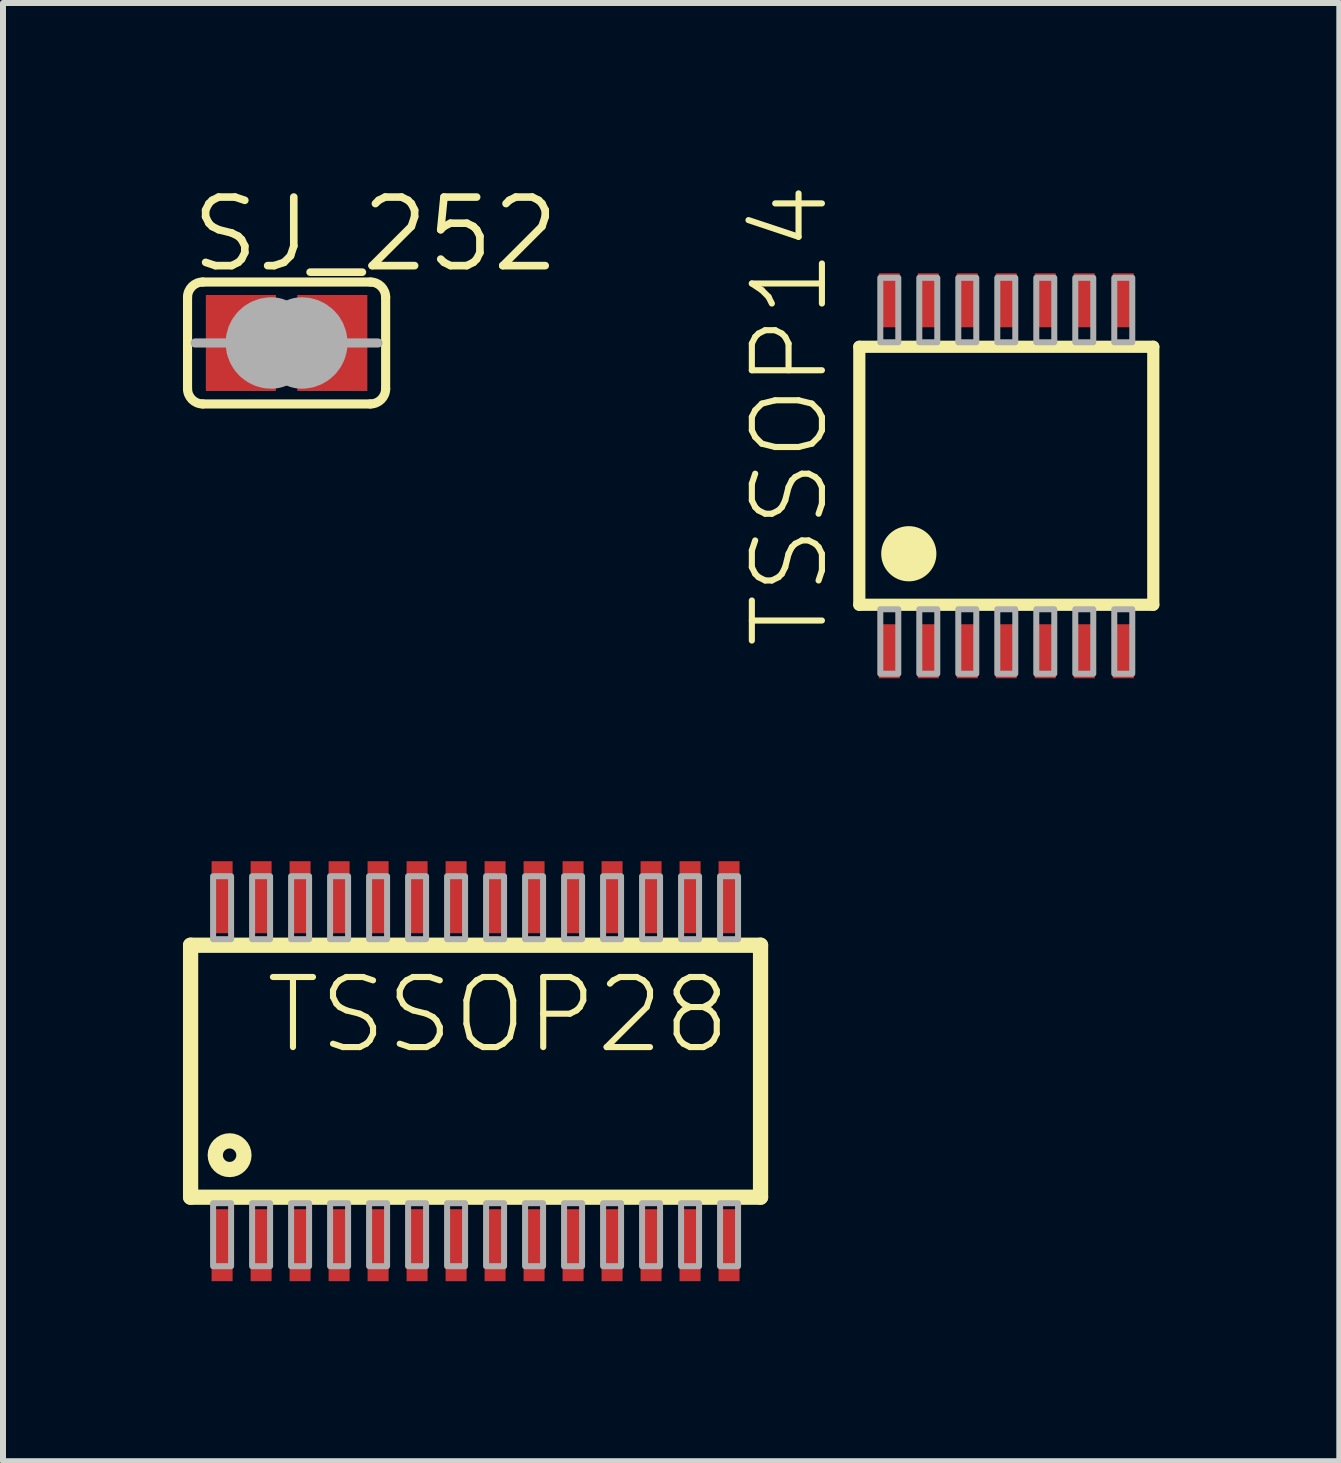
<source format=kicad_pcb>
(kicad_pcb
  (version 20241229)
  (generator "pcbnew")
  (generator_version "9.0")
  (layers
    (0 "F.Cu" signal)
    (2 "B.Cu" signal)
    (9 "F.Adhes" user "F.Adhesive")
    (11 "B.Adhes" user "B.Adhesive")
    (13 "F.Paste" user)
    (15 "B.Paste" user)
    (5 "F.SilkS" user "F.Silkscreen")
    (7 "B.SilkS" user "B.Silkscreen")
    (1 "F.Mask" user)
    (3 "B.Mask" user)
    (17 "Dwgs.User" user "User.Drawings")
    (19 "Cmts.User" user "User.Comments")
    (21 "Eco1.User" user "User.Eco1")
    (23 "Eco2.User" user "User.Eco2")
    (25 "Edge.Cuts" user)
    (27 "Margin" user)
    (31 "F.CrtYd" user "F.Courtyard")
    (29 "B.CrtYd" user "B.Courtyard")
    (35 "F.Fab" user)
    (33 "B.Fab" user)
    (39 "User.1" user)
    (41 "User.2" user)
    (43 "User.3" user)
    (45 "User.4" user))
  (footprint "TSSOP28"
    (layer "F.Cu")
    (at 4.877 14.805)
    (property "Reference" "TSSOP28" (at -3.556 -0.254 0) (unlocked yes) (layer "F.SilkS") (effects (font (size 1.168 1.168) (thickness 0.102)) (justify left bottom)))
    (fp_line (start -4.75 -2.1) (end -4.75 2.1) (stroke (width 0.254) (type solid)) (layer "F.SilkS"))
    (fp_line (start -4.75 2.1) (end 4.75 2.1) (stroke (width 0.254) (type solid)) (layer "F.SilkS"))
    (fp_line (start 4.75 -2.1) (end -4.75 -2.1) (stroke (width 0.254) (type solid)) (layer "F.SilkS"))
    (fp_line (start 4.75 2.1) (end 4.75 -2.1) (stroke (width 0.254) (type solid)) (layer "F.SilkS"))
    (fp_circle (center -4.1 1.4) (end -3.988 1.4) (stroke (width 0.254) (type solid)) (fill no) (layer "F.SilkS"))
    (fp_poly (pts (xy -4.375 -2.2) (xy -4.075 -2.2) (xy -4.075 -3.25) (xy -4.375 -3.25)) (stroke (width 0.1) (type default)) (fill no) (layer "F.Fab"))
    (fp_poly (pts (xy -4.375 3.25) (xy -4.075 3.25) (xy -4.075 2.2) (xy -4.375 2.2)) (stroke (width 0.1) (type default)) (fill no) (layer "F.Fab"))
    (fp_poly (pts (xy -3.725 -2.2) (xy -3.425 -2.2) (xy -3.425 -3.25) (xy -3.725 -3.25)) (stroke (width 0.1) (type default)) (fill no) (layer "F.Fab"))
    (fp_poly (pts (xy -3.725 3.25) (xy -3.425 3.25) (xy -3.425 2.2) (xy -3.725 2.2)) (stroke (width 0.1) (type default)) (fill no) (layer "F.Fab"))
    (fp_poly (pts (xy -3.075 -2.2) (xy -2.775 -2.2) (xy -2.775 -3.25) (xy -3.075 -3.25)) (stroke (width 0.1) (type default)) (fill no) (layer "F.Fab"))
    (fp_poly (pts (xy -3.075 3.25) (xy -2.775 3.25) (xy -2.775 2.2) (xy -3.075 2.2)) (stroke (width 0.1) (type default)) (fill no) (layer "F.Fab"))
    (fp_poly (pts (xy -2.425 -2.2) (xy -2.125 -2.2) (xy -2.125 -3.25) (xy -2.425 -3.25)) (stroke (width 0.1) (type default)) (fill no) (layer "F.Fab"))
    (fp_poly (pts (xy -2.425 3.25) (xy -2.125 3.25) (xy -2.125 2.2) (xy -2.425 2.2)) (stroke (width 0.1) (type default)) (fill no) (layer "F.Fab"))
    (fp_poly (pts (xy -1.775 -2.2) (xy -1.475 -2.2) (xy -1.475 -3.25) (xy -1.775 -3.25)) (stroke (width 0.1) (type default)) (fill no) (layer "F.Fab"))
    (fp_poly (pts (xy -1.775 3.25) (xy -1.475 3.25) (xy -1.475 2.2) (xy -1.775 2.2)) (stroke (width 0.1) (type default)) (fill no) (layer "F.Fab"))
    (fp_poly (pts (xy -1.125 -2.2) (xy -0.825 -2.2) (xy -0.825 -3.25) (xy -1.125 -3.25)) (stroke (width 0.1) (type default)) (fill no) (layer "F.Fab"))
    (fp_poly (pts (xy -1.125 3.25) (xy -0.825 3.25) (xy -0.825 2.2) (xy -1.125 2.2)) (stroke (width 0.1) (type default)) (fill no) (layer "F.Fab"))
    (fp_poly (pts (xy -0.475 -2.2) (xy -0.175 -2.2) (xy -0.175 -3.25) (xy -0.475 -3.25)) (stroke (width 0.1) (type default)) (fill no) (layer "F.Fab"))
    (fp_poly (pts (xy -0.475 3.25) (xy -0.175 3.25) (xy -0.175 2.2) (xy -0.475 2.2)) (stroke (width 0.1) (type default)) (fill no) (layer "F.Fab"))
    (fp_poly (pts (xy 0.175 -2.2) (xy 0.475 -2.2) (xy 0.475 -3.25) (xy 0.175 -3.25)) (stroke (width 0.1) (type default)) (fill no) (layer "F.Fab"))
    (fp_poly (pts (xy 0.175 3.25) (xy 0.475 3.25) (xy 0.475 2.2) (xy 0.175 2.2)) (stroke (width 0.1) (type default)) (fill no) (layer "F.Fab"))
    (fp_poly (pts (xy 0.825 -2.2) (xy 1.125 -2.2) (xy 1.125 -3.25) (xy 0.825 -3.25)) (stroke (width 0.1) (type default)) (fill no) (layer "F.Fab"))
    (fp_poly (pts (xy 0.825 3.25) (xy 1.125 3.25) (xy 1.125 2.2) (xy 0.825 2.2)) (stroke (width 0.1) (type default)) (fill no) (layer "F.Fab"))
    (fp_poly (pts (xy 1.475 -2.2) (xy 1.775 -2.2) (xy 1.775 -3.25) (xy 1.475 -3.25)) (stroke (width 0.1) (type default)) (fill no) (layer "F.Fab"))
    (fp_poly (pts (xy 1.475 3.25) (xy 1.775 3.25) (xy 1.775 2.2) (xy 1.475 2.2)) (stroke (width 0.1) (type default)) (fill no) (layer "F.Fab"))
    (fp_poly (pts (xy 2.125 -2.2) (xy 2.425 -2.2) (xy 2.425 -3.25) (xy 2.125 -3.25)) (stroke (width 0.1) (type default)) (fill no) (layer "F.Fab"))
    (fp_poly (pts (xy 2.125 3.25) (xy 2.425 3.25) (xy 2.425 2.2) (xy 2.125 2.2)) (stroke (width 0.1) (type default)) (fill no) (layer "F.Fab"))
    (fp_poly (pts (xy 2.775 -2.2) (xy 3.075 -2.2) (xy 3.075 -3.25) (xy 2.775 -3.25)) (stroke (width 0.1) (type default)) (fill no) (layer "F.Fab"))
    (fp_poly (pts (xy 2.775 3.25) (xy 3.075 3.25) (xy 3.075 2.2) (xy 2.775 2.2)) (stroke (width 0.1) (type default)) (fill no) (layer "F.Fab"))
    (fp_poly (pts (xy 3.425 -2.2) (xy 3.725 -2.2) (xy 3.725 -3.25) (xy 3.425 -3.25)) (stroke (width 0.1) (type default)) (fill no) (layer "F.Fab"))
    (fp_poly (pts (xy 3.425 3.25) (xy 3.725 3.25) (xy 3.725 2.2) (xy 3.425 2.2)) (stroke (width 0.1) (type default)) (fill no) (layer "F.Fab"))
    (fp_poly (pts (xy 4.075 -2.2) (xy 4.375 -2.2) (xy 4.375 -3.25) (xy 4.075 -3.25)) (stroke (width 0.1) (type default)) (fill no) (layer "F.Fab"))
    (fp_poly (pts (xy 4.075 3.25) (xy 4.375 3.25) (xy 4.375 2.2) (xy 4.075 2.2)) (stroke (width 0.1) (type default)) (fill no) (layer "F.Fab"))
    (pad "1" smd rect (at -4.225 2.9) (size 0.35 1.2) (layers "F.Cu" "F.Mask" "F.Paste"))
    (pad "2" smd rect (at -3.575 2.9) (size 0.35 1.2) (layers "F.Cu" "F.Mask" "F.Paste"))
    (pad "3" smd rect (at -2.925 2.9) (size 0.35 1.2) (layers "F.Cu" "F.Mask" "F.Paste"))
    (pad "4" smd rect (at -2.275 2.9) (size 0.35 1.2) (layers "F.Cu" "F.Mask" "F.Paste"))
    (pad "5" smd rect (at -1.625 2.9) (size 0.35 1.2) (layers "F.Cu" "F.Mask" "F.Paste"))
    (pad "6" smd rect (at -0.975 2.9) (size 0.35 1.2) (layers "F.Cu" "F.Mask" "F.Paste"))
    (pad "7" smd rect (at -0.325 2.9) (size 0.35 1.2) (layers "F.Cu" "F.Mask" "F.Paste"))
    (pad "8" smd rect (at 0.325 2.9) (size 0.35 1.2) (layers "F.Cu" "F.Mask" "F.Paste"))
    (pad "9" smd rect (at 0.975 2.9) (size 0.35 1.2) (layers "F.Cu" "F.Mask" "F.Paste"))
    (pad "10" smd rect (at 1.625 2.9) (size 0.35 1.2) (layers "F.Cu" "F.Mask" "F.Paste"))
    (pad "11" smd rect (at 2.275 2.9) (size 0.35 1.2) (layers "F.Cu" "F.Mask" "F.Paste"))
    (pad "12" smd rect (at 2.925 2.9) (size 0.35 1.2) (layers "F.Cu" "F.Mask" "F.Paste"))
    (pad "13" smd rect (at 3.575 2.9) (size 0.35 1.2) (layers "F.Cu" "F.Mask" "F.Paste"))
    (pad "14" smd rect (at 4.225 2.9) (size 0.35 1.2) (layers "F.Cu" "F.Mask" "F.Paste"))
    (pad "15" smd rect (at 4.225 -2.9) (size 0.35 1.2) (layers "F.Cu" "F.Mask" "F.Paste"))
    (pad "16" smd rect (at 3.575 -2.9) (size 0.35 1.2) (layers "F.Cu" "F.Mask" "F.Paste"))
    (pad "17" smd rect (at 2.925 -2.9) (size 0.35 1.2) (layers "F.Cu" "F.Mask" "F.Paste"))
    (pad "18" smd rect (at 2.275 -2.9) (size 0.35 1.2) (layers "F.Cu" "F.Mask" "F.Paste"))
    (pad "19" smd rect (at 1.625 -2.9) (size 0.35 1.2) (layers "F.Cu" "F.Mask" "F.Paste"))
    (pad "20" smd rect (at 0.975 -2.9) (size 0.35 1.2) (layers "F.Cu" "F.Mask" "F.Paste"))
    (pad "21" smd rect (at 0.325 -2.9) (size 0.35 1.2) (layers "F.Cu" "F.Mask" "F.Paste"))
    (pad "22" smd rect (at -0.325 -2.9) (size 0.35 1.2) (layers "F.Cu" "F.Mask" "F.Paste"))
    (pad "23" smd rect (at -0.975 -2.9) (size 0.35 1.2) (layers "F.Cu" "F.Mask" "F.Paste"))
    (pad "24" smd rect (at -1.625 -2.9) (size 0.35 1.2) (layers "F.Cu" "F.Mask" "F.Paste"))
    (pad "25" smd rect (at -2.275 -2.9) (size 0.35 1.2) (layers "F.Cu" "F.Mask" "F.Paste"))
    (pad "26" smd rect (at -2.925 -2.9) (size 0.35 1.2) (layers "F.Cu" "F.Mask" "F.Paste"))
    (pad "27" smd rect (at -3.575 -2.9) (size 0.35 1.2) (layers "F.Cu" "F.Mask" "F.Paste"))
    (pad "28" smd rect (at -4.225 -2.9) (size 0.35 1.2) (layers "F.Cu" "F.Mask" "F.Paste")))
  (footprint "SJ_252"
    (layer "F.Cu")
    (at 1.727 2.667)
    (property "Reference" "SJ_252" (at -1.651 -1.143 0) (unlocked yes) (layer "F.SilkS") (effects (font (size 1.143 1.143) (thickness 0.127)) (justify left bottom)))
    (fp_poly (pts (xy -0.076 0.914) (xy 0.076 0.914) (xy 0.076 -0.914) (xy -0.076 -0.914)) (stroke (width 0) (type default)) (fill yes) (layer "F.Mask"))
    (fp_line (start -1.651 0.762) (end -1.651 -0.762) (stroke (width 0.152) (type solid)) (layer "F.SilkS"))
    (fp_line (start -1.397 -1.016) (end 1.397 -1.016) (stroke (width 0.152) (type solid)) (layer "F.SilkS"))
    (fp_line (start 1.397 1.016) (end -1.397 1.016) (stroke (width 0.152) (type solid)) (layer "F.SilkS"))
    (fp_line (start 1.651 0.762) (end 1.651 -0.762) (stroke (width 0.152) (type solid)) (layer "F.SilkS"))
    (fp_arc (start -1.651 -0.762) (mid -1.576605 -0.941605) (end -1.397 -1.016) (stroke (width 0.1524) (type solid)) (layer "F.SilkS"))
    (fp_arc (start -1.397 1.016) (mid -1.576605 0.941605) (end -1.651 0.762) (stroke (width 0.1524) (type solid)) (layer "F.SilkS"))
    (fp_arc (start 1.397 -1.016) (mid 1.576605 -0.941605) (end 1.651 -0.762) (stroke (width 0.1524) (type solid)) (layer "F.SilkS"))
    (fp_arc (start 1.651 0.762) (mid 1.576605 0.941605) (end 1.397 1.016) (stroke (width 0.1524) (type solid)) (layer "F.SilkS"))
    (fp_line (start -1.016 0) (end -1.524 0) (stroke (width 0.152) (type solid)) (layer "F.Fab"))
    (fp_line (start 1.016 0) (end 1.524 0) (stroke (width 0.152) (type solid)) (layer "F.Fab"))
    (fp_arc (start -0.254 0.127) (mid -0.381 0) (end -0.254 -0.127) (stroke (width 1.27) (type solid)) (layer "F.Fab"))
    (fp_arc (start 0.254 -0.127) (mid 0.381 0) (end 0.254 0.127) (stroke (width 1.27) (type solid)) (layer "F.Fab"))
    (pad "1" smd rect (at -0.762 0) (size 1.168 1.6) (layers "F.Cu" "F.Mask" "F.Paste"))
    (pad "2" smd rect (at 0.762 0) (size 1.168 1.6) (layers "F.Cu" "F.Mask" "F.Paste")))
  (footprint "TSSOP14"
    (layer "F.Cu")
    (at 13.723 4.88)
    (property "Reference" "TSSOP14" (at -2.925 2.925 90) (unlocked yes) (layer "F.SilkS") (effects (font (size 1.168 1.168) (thickness 0.102)) (justify left bottom)))
    (fp_poly (pts (xy -2.175 3.425) (xy -1.725 3.425) (xy -1.725 2.425) (xy -2.175 2.425)) (stroke (width 0) (type default)) (fill yes) (layer "F.Mask"))
    (fp_poly (pts (xy -1.725 -3.425) (xy -2.175 -3.425) (xy -2.175 -2.425) (xy -1.725 -2.425)) (stroke (width 0) (type default)) (fill yes) (layer "F.Mask"))
    (fp_poly (pts (xy -1.525 3.425) (xy -1.075 3.425) (xy -1.075 2.425) (xy -1.525 2.425)) (stroke (width 0) (type default)) (fill yes) (layer "F.Mask"))
    (fp_poly (pts (xy -1.075 -3.425) (xy -1.525 -3.425) (xy -1.525 -2.425) (xy -1.075 -2.425)) (stroke (width 0) (type default)) (fill yes) (layer "F.Mask"))
    (fp_poly (pts (xy -0.875 3.425) (xy -0.425 3.425) (xy -0.425 2.425) (xy -0.875 2.425)) (stroke (width 0) (type default)) (fill yes) (layer "F.Mask"))
    (fp_poly (pts (xy -0.425 -3.425) (xy -0.875 -3.425) (xy -0.875 -2.425) (xy -0.425 -2.425)) (stroke (width 0) (type default)) (fill yes) (layer "F.Mask"))
    (fp_poly (pts (xy -0.225 3.425) (xy 0.225 3.425) (xy 0.225 2.425) (xy -0.225 2.425)) (stroke (width 0) (type default)) (fill yes) (layer "F.Mask"))
    (fp_poly (pts (xy 0.225 -3.425) (xy -0.225 -3.425) (xy -0.225 -2.425) (xy 0.225 -2.425)) (stroke (width 0) (type default)) (fill yes) (layer "F.Mask"))
    (fp_poly (pts (xy 0.425 3.425) (xy 0.875 3.425) (xy 0.875 2.425) (xy 0.425 2.425)) (stroke (width 0) (type default)) (fill yes) (layer "F.Mask"))
    (fp_poly (pts (xy 0.875 -3.425) (xy 0.425 -3.425) (xy 0.425 -2.425) (xy 0.875 -2.425)) (stroke (width 0) (type default)) (fill yes) (layer "F.Mask"))
    (fp_poly (pts (xy 1.075 3.425) (xy 1.525 3.425) (xy 1.525 2.425) (xy 1.075 2.425)) (stroke (width 0) (type default)) (fill yes) (layer "F.Mask"))
    (fp_poly (pts (xy 1.525 -3.425) (xy 1.075 -3.425) (xy 1.075 -2.425) (xy 1.525 -2.425)) (stroke (width 0) (type default)) (fill yes) (layer "F.Mask"))
    (fp_poly (pts (xy 1.725 3.425) (xy 2.175 3.425) (xy 2.175 2.425) (xy 1.725 2.425)) (stroke (width 0) (type default)) (fill yes) (layer "F.Mask"))
    (fp_poly (pts (xy 2.175 -3.425) (xy 1.725 -3.425) (xy 1.725 -2.425) (xy 2.175 -2.425)) (stroke (width 0) (type default)) (fill yes) (layer "F.Mask"))
    (fp_line (start -2.45 -2.15) (end 2.45 -2.15) (stroke (width 0.203) (type solid)) (layer "F.SilkS"))
    (fp_line (start -2.45 2.15) (end -2.45 -2.15) (stroke (width 0.203) (type solid)) (layer "F.SilkS"))
    (fp_line (start 2.45 -2.15) (end 2.45 2.15) (stroke (width 0.203) (type solid)) (layer "F.SilkS"))
    (fp_line (start 2.45 2.15) (end -2.45 2.15) (stroke (width 0.203) (type solid)) (layer "F.SilkS"))
    (fp_circle (center -1.625 1.3) (end -1.395 1.3) (stroke (width 0.46) (type solid)) (fill yes) (layer "F.SilkS"))
    (fp_poly (pts (xy -2.1 3.3) (xy -1.8 3.3) (xy -1.8 2.225) (xy -2.1 2.225)) (stroke (width 0.1) (type default)) (fill no) (layer "F.Fab"))
    (fp_poly (pts (xy -1.8 -3.3) (xy -2.1 -3.3) (xy -2.1 -2.225) (xy -1.8 -2.225)) (stroke (width 0.1) (type default)) (fill no) (layer "F.Fab"))
    (fp_poly (pts (xy -1.45 3.3) (xy -1.15 3.3) (xy -1.15 2.225) (xy -1.45 2.225)) (stroke (width 0.1) (type default)) (fill no) (layer "F.Fab"))
    (fp_poly (pts (xy -1.15 -3.3) (xy -1.45 -3.3) (xy -1.45 -2.225) (xy -1.15 -2.225)) (stroke (width 0.1) (type default)) (fill no) (layer "F.Fab"))
    (fp_poly (pts (xy -0.8 3.3) (xy -0.5 3.3) (xy -0.5 2.225) (xy -0.8 2.225)) (stroke (width 0.1) (type default)) (fill no) (layer "F.Fab"))
    (fp_poly (pts (xy -0.5 -3.3) (xy -0.8 -3.3) (xy -0.8 -2.225) (xy -0.5 -2.225)) (stroke (width 0.1) (type default)) (fill no) (layer "F.Fab"))
    (fp_poly (pts (xy -0.15 3.3) (xy 0.15 3.3) (xy 0.15 2.225) (xy -0.15 2.225)) (stroke (width 0.1) (type default)) (fill no) (layer "F.Fab"))
    (fp_poly (pts (xy 0.15 -3.3) (xy -0.15 -3.3) (xy -0.15 -2.225) (xy 0.15 -2.225)) (stroke (width 0.1) (type default)) (fill no) (layer "F.Fab"))
    (fp_poly (pts (xy 0.5 3.3) (xy 0.8 3.3) (xy 0.8 2.225) (xy 0.5 2.225)) (stroke (width 0.1) (type default)) (fill no) (layer "F.Fab"))
    (fp_poly (pts (xy 0.8 -3.3) (xy 0.5 -3.3) (xy 0.5 -2.225) (xy 0.8 -2.225)) (stroke (width 0.1) (type default)) (fill no) (layer "F.Fab"))
    (fp_poly (pts (xy 1.15 3.3) (xy 1.45 3.3) (xy 1.45 2.225) (xy 1.15 2.225)) (stroke (width 0.1) (type default)) (fill no) (layer "F.Fab"))
    (fp_poly (pts (xy 1.45 -3.3) (xy 1.15 -3.3) (xy 1.15 -2.225) (xy 1.45 -2.225)) (stroke (width 0.1) (type default)) (fill no) (layer "F.Fab"))
    (fp_poly (pts (xy 1.8 3.3) (xy 2.1 3.3) (xy 2.1 2.225) (xy 1.8 2.225)) (stroke (width 0.1) (type default)) (fill no) (layer "F.Fab"))
    (fp_poly (pts (xy 2.1 -3.3) (xy 1.8 -3.3) (xy 1.8 -2.225) (xy 2.1 -2.225)) (stroke (width 0.1) (type default)) (fill no) (layer "F.Fab"))
    (pad "1" smd rect (at -1.95 2.925) (size 0.35 0.9) (layers "F.Cu" "F.Paste"))
    (pad "2" smd rect (at -1.3 2.925) (size 0.35 0.9) (layers "F.Cu" "F.Paste"))
    (pad "3" smd rect (at -0.65 2.925) (size 0.35 0.9) (layers "F.Cu" "F.Paste"))
    (pad "4" smd rect (at 0 2.925) (size 0.35 0.9) (layers "F.Cu" "F.Paste"))
    (pad "5" smd rect (at 0.65 2.925) (size 0.35 0.9) (layers "F.Cu" "F.Paste"))
    (pad "6" smd rect (at 1.3 2.925) (size 0.35 0.9) (layers "F.Cu" "F.Paste"))
    (pad "7" smd rect (at 1.95 2.925) (size 0.35 0.9) (layers "F.Cu" "F.Paste"))
    (pad "8" smd rect (at 1.95 -2.925 180) (size 0.35 0.9) (layers "F.Cu" "F.Paste"))
    (pad "9" smd rect (at 1.3 -2.925 180) (size 0.35 0.9) (layers "F.Cu" "F.Paste"))
    (pad "10" smd rect (at 0.65 -2.925 180) (size 0.35 0.9) (layers "F.Cu" "F.Paste"))
    (pad "11" smd rect (at 0 -2.925 180) (size 0.35 0.9) (layers "F.Cu" "F.Paste"))
    (pad "12" smd rect (at -0.65 -2.925 180) (size 0.35 0.9) (layers "F.Cu" "F.Paste"))
    (pad "13" smd rect (at -1.3 -2.925 180) (size 0.35 0.9) (layers "F.Cu" "F.Paste"))
    (pad "14" smd rect (at -1.95 -2.925 180) (size 0.35 0.9) (layers "F.Cu" "F.Paste")))
  (gr_rect
    (start -3 -3)
    (end 19.274 21.305)
    (stroke (width 0.1) (type default))
    (fill no)
    (layer "Edge.Cuts")))
</source>
